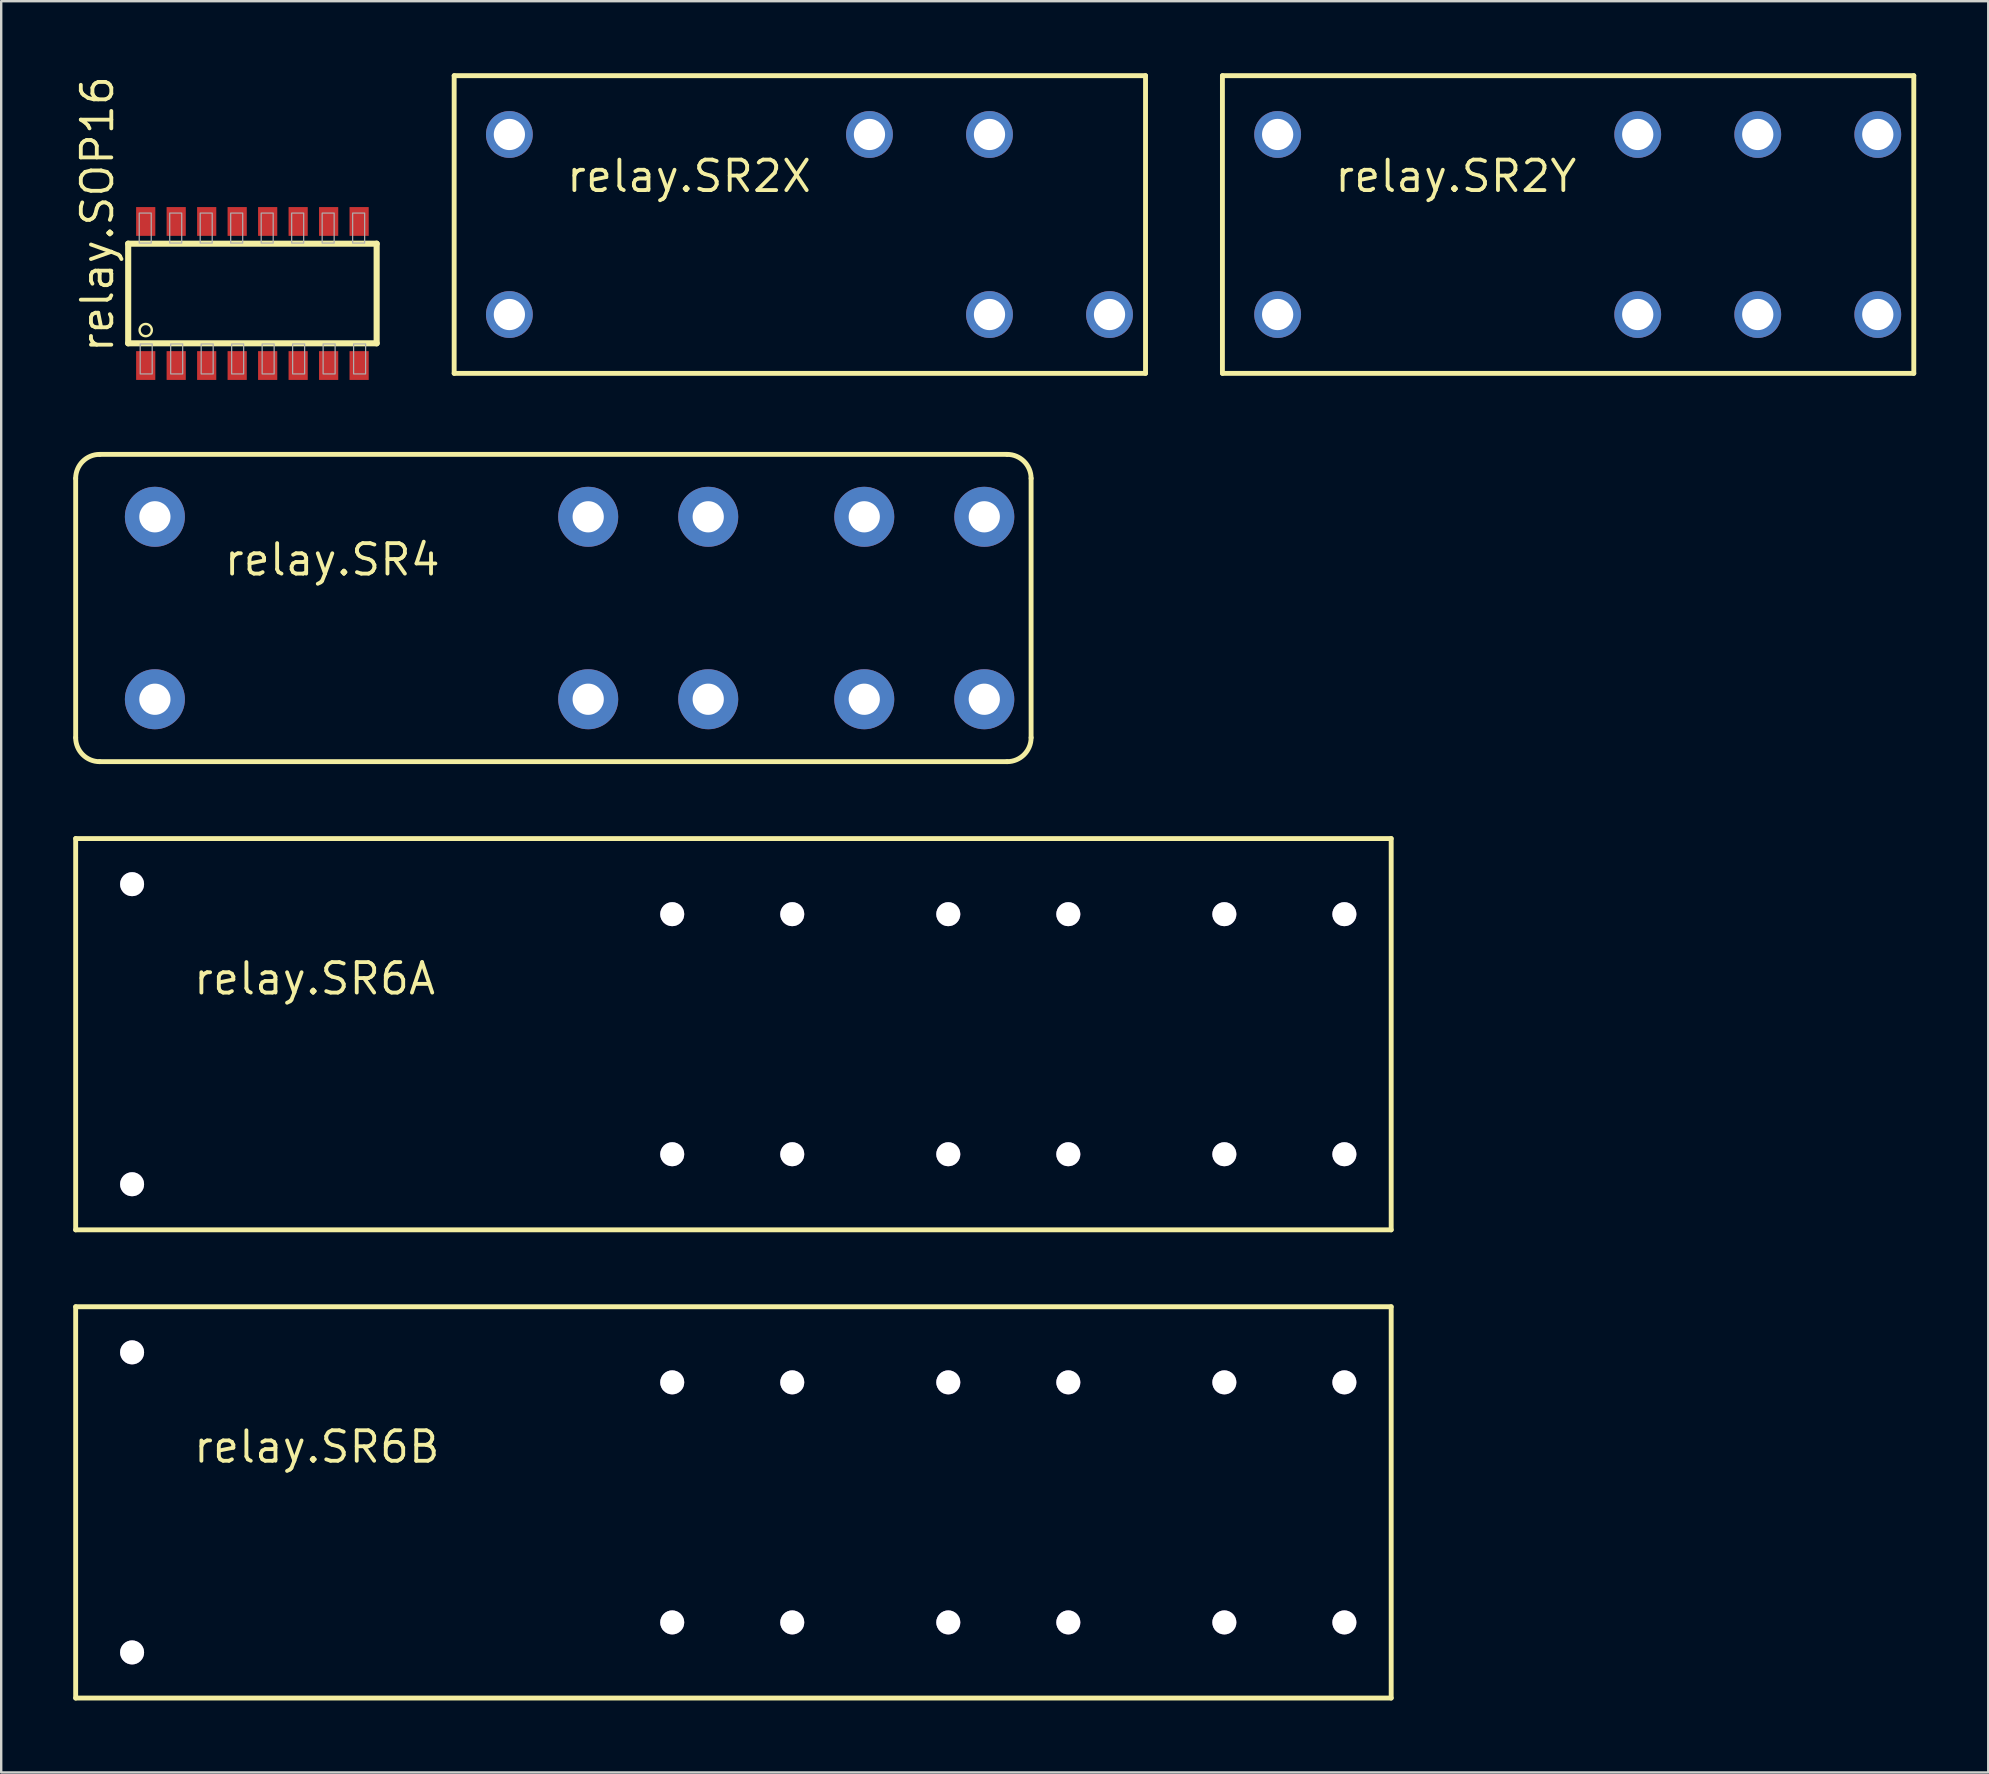
<source format=kicad_pcb>
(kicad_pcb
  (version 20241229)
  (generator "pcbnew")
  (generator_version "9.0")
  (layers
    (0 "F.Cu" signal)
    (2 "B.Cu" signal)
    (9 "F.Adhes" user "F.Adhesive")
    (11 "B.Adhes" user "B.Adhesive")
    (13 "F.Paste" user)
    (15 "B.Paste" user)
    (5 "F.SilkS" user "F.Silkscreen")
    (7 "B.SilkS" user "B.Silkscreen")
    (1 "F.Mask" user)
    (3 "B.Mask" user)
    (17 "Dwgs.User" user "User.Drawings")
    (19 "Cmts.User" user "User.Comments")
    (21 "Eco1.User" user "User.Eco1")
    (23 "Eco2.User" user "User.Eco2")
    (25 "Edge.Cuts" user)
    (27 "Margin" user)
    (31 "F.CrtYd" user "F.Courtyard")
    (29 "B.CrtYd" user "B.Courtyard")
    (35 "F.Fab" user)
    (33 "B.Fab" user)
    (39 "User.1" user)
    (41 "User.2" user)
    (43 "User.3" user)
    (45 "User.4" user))
  (footprint "relay.SR6A"
    (layer "F.Cu")
    (at 25.252 39.731)
    (property "Reference" "relay.SR6A" (at -20.32 -1.27 0) (layer "F.SilkS") (effects (font (size 1.27 1.27) (thickness 0.16)) (justify left bottom)))
    (attr through_hole)
    (fp_line (start -25.15 -7.85) (end 29.65 -7.85) (stroke (width 0.203) (type default)) (layer "F.SilkS"))
    (fp_line (start -25.15 8.45) (end -25.15 -7.85) (stroke (width 0.203) (type default)) (layer "F.SilkS"))
    (fp_line (start 29.65 -7.85) (end 29.65 8.45) (stroke (width 0.203) (type default)) (layer "F.SilkS"))
    (fp_line (start 29.65 8.45) (end -25.15 8.45) (stroke (width 0.203) (type default)) (layer "F.SilkS"))
    (pad "11" thru_hole circle (at -0.3 -4.7) (size 1 1) (drill 1.3) (layers "*.Cu" "*.Mask"))
    (pad "12" thru_hole circle (at 4.7 -4.7) (size 1 1) (drill 1.3) (layers "*.Cu" "*.Mask"))
    (pad "21" thru_hole circle (at -0.3 5.3) (size 1 1) (drill 1.3) (layers "*.Cu" "*.Mask"))
    (pad "22" thru_hole circle (at 4.7 5.3) (size 1 1) (drill 1.3) (layers "*.Cu" "*.Mask"))
    (pad "31" thru_hole circle (at 11.2 -4.7) (size 1 1) (drill 1.3) (layers "*.Cu" "*.Mask"))
    (pad "32" thru_hole circle (at 16.2 -4.7) (size 1 1) (drill 1.3) (layers "*.Cu" "*.Mask"))
    (pad "43" thru_hole circle (at 16.2 5.3) (size 1 1) (drill 1.3) (layers "*.Cu" "*.Mask"))
    (pad "44" thru_hole circle (at 11.2 5.3) (size 1 1) (drill 1.3) (layers "*.Cu" "*.Mask"))
    (pad "53" thru_hole circle (at 27.7 -4.7) (size 1 1) (drill 1.3) (layers "*.Cu" "*.Mask"))
    (pad "54" thru_hole circle (at 22.7 -4.7) (size 1 1) (drill 1.3) (layers "*.Cu" "*.Mask"))
    (pad "63" thru_hole circle (at 27.7 5.3) (size 1 1) (drill 1.3) (layers "*.Cu" "*.Mask"))
    (pad "64" thru_hole circle (at 22.7 5.3) (size 1 1) (drill 1.3) (layers "*.Cu" "*.Mask"))
    (pad "A1" thru_hole circle (at -22.8 -5.95) (size 1 1) (drill 1.3) (layers "*.Cu" "*.Mask"))
    (pad "A2" thru_hole circle (at -22.8 6.55) (size 1 1) (drill 1.3) (layers "*.Cu" "*.Mask")))
  (footprint "relay.SR2X"
    (layer "F.Cu")
    (at 30.629 6.302)
    (property "Reference" "relay.SR2X" (at -10.16 -1.27 0) (layer "F.SilkS") (effects (font (size 1.27 1.27) (thickness 0.16)) (justify left bottom)))
    (attr through_hole)
    (fp_line (start -14.76 -6.2) (end 14.04 -6.2) (stroke (width 0.203) (type default)) (layer "F.SilkS"))
    (fp_line (start -14.76 6.2) (end -14.76 -6.2) (stroke (width 0.203) (type default)) (layer "F.SilkS"))
    (fp_line (start 14.04 -6.2) (end 14.04 6.2) (stroke (width 0.203) (type default)) (layer "F.SilkS"))
    (fp_line (start 14.04 6.2) (end -14.76 6.2) (stroke (width 0.203) (type default)) (layer "F.SilkS"))
    (pad "13" thru_hole circle (at 12.54 3.75) (size 1.95 1.95) (drill 1.3) (layers "*.Cu" "*.Mask"))
    (pad "14" thru_hole circle (at 7.54 3.75) (size 1.95 1.95) (drill 1.3) (layers "*.Cu" "*.Mask"))
    (pad "21" thru_hole circle (at 2.54 -3.75) (size 1.95 1.95) (drill 1.3) (layers "*.Cu" "*.Mask"))
    (pad "22" thru_hole circle (at 7.54 -3.75) (size 1.95 1.95) (drill 1.3) (layers "*.Cu" "*.Mask"))
    (pad "A1" thru_hole circle (at -12.46 3.75) (size 1.95 1.95) (drill 1.3) (layers "*.Cu" "*.Mask"))
    (pad "A2" thru_hole circle (at -12.46 -3.75) (size 1.95 1.95) (drill 1.3) (layers "*.Cu" "*.Mask")))
  (footprint "relay.SR4"
    (layer "F.Cu")
    (at 21.452 22.278)
    (property "Reference" "relay.SR4" (at -15.24 -1.27 0) (layer "F.SilkS") (effects (font (size 1.27 1.27) (thickness 0.16)) (justify left bottom)))
    (attr through_hole)
    (fp_line (start -21.35 -5.4) (end -21.35 5.4) (stroke (width 0.203) (type default)) (layer "F.SilkS"))
    (fp_line (start -20.35 6.4) (end 17.45 6.4) (stroke (width 0.203) (type default)) (layer "F.SilkS"))
    (fp_line (start 17.45 -6.4) (end -20.35 -6.4) (stroke (width 0.203) (type default)) (layer "F.SilkS"))
    (fp_line (start 18.45 5.4) (end 18.45 -5.4) (stroke (width 0.203) (type default)) (layer "F.SilkS"))
    (fp_arc (start -21.35 -5.4) (mid -21.057107 -6.107107) (end -20.35 -6.4) (stroke (width 0.2032) (type default)) (layer "F.SilkS"))
    (fp_arc (start -20.35 6.4) (mid -21.057107 6.107107) (end -21.35 5.4) (stroke (width 0.2032) (type default)) (layer "F.SilkS"))
    (fp_arc (start 17.45 -6.4) (mid 18.157107 -6.107107) (end 18.45 -5.4) (stroke (width 0.2032) (type default)) (layer "F.SilkS"))
    (fp_arc (start 18.45 5.4) (mid 18.157107 6.107107) (end 17.45 6.4) (stroke (width 0.2032) (type default)) (layer "F.SilkS"))
    (pad "11" thru_hole circle (at 0 -3.8) (size 2.5 2.5) (drill 1.3) (layers "*.Cu" "*.Mask"))
    (pad "12" thru_hole circle (at 5 -3.8) (size 2.5 2.5) (drill 1.3) (layers "*.Cu" "*.Mask"))
    (pad "21" thru_hole circle (at 0 3.8) (size 2.5 2.5) (drill 1.3) (layers "*.Cu" "*.Mask"))
    (pad "22" thru_hole circle (at 5 3.8) (size 2.5 2.5) (drill 1.3) (layers "*.Cu" "*.Mask"))
    (pad "33" thru_hole circle (at 16.5 -3.8) (size 2.5 2.5) (drill 1.3) (layers "*.Cu" "*.Mask"))
    (pad "34" thru_hole circle (at 11.5 -3.8) (size 2.5 2.5) (drill 1.3) (layers "*.Cu" "*.Mask"))
    (pad "43" thru_hole circle (at 16.5 3.8) (size 2.5 2.5) (drill 1.3) (layers "*.Cu" "*.Mask"))
    (pad "44" thru_hole circle (at 11.5 3.8) (size 2.5 2.5) (drill 1.3) (layers "*.Cu" "*.Mask"))
    (pad "A1" thru_hole circle (at -18.05 3.8) (size 2.5 2.5) (drill 1.3) (layers "*.Cu" "*.Mask"))
    (pad "A2" thru_hole circle (at -18.05 -3.8) (size 2.5 2.5) (drill 1.3) (layers "*.Cu" "*.Mask")))
  (footprint "relay.SR6B"
    (layer "F.Cu")
    (at 25.252 59.234)
    (property "Reference" "relay.SR6B" (at -20.32 -1.27 0) (layer "F.SilkS") (effects (font (size 1.27 1.27) (thickness 0.16)) (justify left bottom)))
    (attr through_hole)
    (fp_line (start -25.15 -7.85) (end 29.65 -7.85) (stroke (width 0.203) (type default)) (layer "F.SilkS"))
    (fp_line (start -25.15 8.45) (end -25.15 -7.85) (stroke (width 0.203) (type default)) (layer "F.SilkS"))
    (fp_line (start 29.65 -7.85) (end 29.65 8.45) (stroke (width 0.203) (type default)) (layer "F.SilkS"))
    (fp_line (start 29.65 8.45) (end -25.15 8.45) (stroke (width 0.203) (type default)) (layer "F.SilkS"))
    (pad "11" thru_hole circle (at -0.3 -4.7) (size 1 1) (drill 1.3) (layers "*.Cu" "*.Mask"))
    (pad "12" thru_hole circle (at 4.7 -4.7) (size 1 1) (drill 1.3) (layers "*.Cu" "*.Mask"))
    (pad "21" thru_hole circle (at -0.3 5.3) (size 1 1) (drill 1.3) (layers "*.Cu" "*.Mask"))
    (pad "22" thru_hole circle (at 4.7 5.3) (size 1 1) (drill 1.3) (layers "*.Cu" "*.Mask"))
    (pad "33" thru_hole circle (at 16.2 -4.7) (size 1 1) (drill 1.3) (layers "*.Cu" "*.Mask"))
    (pad "34" thru_hole circle (at 11.2 -4.7) (size 1 1) (drill 1.3) (layers "*.Cu" "*.Mask"))
    (pad "43" thru_hole circle (at 16.2 5.3) (size 1 1) (drill 1.3) (layers "*.Cu" "*.Mask"))
    (pad "44" thru_hole circle (at 11.2 5.3) (size 1 1) (drill 1.3) (layers "*.Cu" "*.Mask"))
    (pad "53" thru_hole circle (at 27.7 -4.7) (size 1 1) (drill 1.3) (layers "*.Cu" "*.Mask"))
    (pad "54" thru_hole circle (at 22.7 -4.7) (size 1 1) (drill 1.3) (layers "*.Cu" "*.Mask"))
    (pad "63" thru_hole circle (at 27.7 5.3) (size 1 1) (drill 1.3) (layers "*.Cu" "*.Mask"))
    (pad "64" thru_hole circle (at 22.7 5.3) (size 1 1) (drill 1.3) (layers "*.Cu" "*.Mask"))
    (pad "A1" thru_hole circle (at -22.8 -5.95) (size 1 1) (drill 1.3) (layers "*.Cu" "*.Mask"))
    (pad "A2" thru_hole circle (at -22.8 6.55) (size 1 1) (drill 1.3) (layers "*.Cu" "*.Mask")))
  (footprint "relay.SOP16"
    (layer "F.Cu")
    (at 7.465 9.176)
    (property "Reference" "relay.SOP16" (at -5.715 2.54 90) (layer "F.SilkS") (effects (font (size 1.27 1.27) (thickness 0.16)) (justify left bottom)))
    (attr smd)
    (fp_line (start -5.175 -2.075) (end 5.175 -2.075) (stroke (width 0.254) (type default)) (layer "F.SilkS"))
    (fp_line (start -5.175 2.075) (end -5.175 -2.075) (stroke (width 0.254) (type default)) (layer "F.SilkS"))
    (fp_line (start 5.175 -2.075) (end 5.175 2.075) (stroke (width 0.254) (type default)) (layer "F.SilkS"))
    (fp_line (start 5.175 2.075) (end -5.175 2.075) (stroke (width 0.254) (type default)) (layer "F.SilkS"))
    (fp_circle (center -4.445 1.524) (end -4.191 1.524) (stroke (width 0.1) (type default)) (fill no) (layer "F.SilkS"))
    (fp_rect (start -4.715 -2.1) (end -4.215 -3.35) (stroke (width 0.05) (type default)) (fill no) (layer "F.Fab"))
    (fp_rect (start -4.675 3.35) (end -4.175 2.1) (stroke (width 0.05) (type default)) (fill no) (layer "F.Fab"))
    (fp_rect (start -3.445 -2.1) (end -2.945 -3.35) (stroke (width 0.05) (type default)) (fill no) (layer "F.Fab"))
    (fp_rect (start -3.405 3.35) (end -2.905 2.1) (stroke (width 0.05) (type default)) (fill no) (layer "F.Fab"))
    (fp_rect (start -2.175 -2.1) (end -1.675 -3.35) (stroke (width 0.05) (type default)) (fill no) (layer "F.Fab"))
    (fp_rect (start -2.135 3.35) (end -1.635 2.1) (stroke (width 0.05) (type default)) (fill no) (layer "F.Fab"))
    (fp_rect (start -0.905 -2.1) (end -0.405 -3.35) (stroke (width 0.05) (type default)) (fill no) (layer "F.Fab"))
    (fp_rect (start -0.865 3.35) (end -0.365 2.1) (stroke (width 0.05) (type default)) (fill no) (layer "F.Fab"))
    (fp_rect (start 0.365 -2.1) (end 0.865 -3.35) (stroke (width 0.05) (type default)) (fill no) (layer "F.Fab"))
    (fp_rect (start 0.405 3.35) (end 0.905 2.1) (stroke (width 0.05) (type default)) (fill no) (layer "F.Fab"))
    (fp_rect (start 1.635 -2.1) (end 2.135 -3.35) (stroke (width 0.05) (type default)) (fill no) (layer "F.Fab"))
    (fp_rect (start 1.675 3.35) (end 2.175 2.1) (stroke (width 0.05) (type default)) (fill no) (layer "F.Fab"))
    (fp_rect (start 2.905 -2.1) (end 3.405 -3.35) (stroke (width 0.05) (type default)) (fill no) (layer "F.Fab"))
    (fp_rect (start 2.945 3.35) (end 3.445 2.1) (stroke (width 0.05) (type default)) (fill no) (layer "F.Fab"))
    (fp_rect (start 4.175 -2.1) (end 4.675 -3.35) (stroke (width 0.05) (type default)) (fill no) (layer "F.Fab"))
    (fp_rect (start 4.215 3.35) (end 4.715 2.1) (stroke (width 0.05) (type default)) (fill no) (layer "F.Fab"))
    (pad "1" smd roundrect (at -4.445 3) (size 0.8 1.2) (layers "F.Cu" "F.Mask" "F.Paste") (roundrect_rratio 0.01))
    (pad "2" smd roundrect (at -3.175 3) (size 0.8 1.2) (layers "F.Cu" "F.Mask" "F.Paste") (roundrect_rratio 0.01))
    (pad "3" smd roundrect (at -1.905 3) (size 0.8 1.2) (layers "F.Cu" "F.Mask" "F.Paste") (roundrect_rratio 0.01))
    (pad "4" smd roundrect (at -0.635 3) (size 0.8 1.2) (layers "F.Cu" "F.Mask" "F.Paste") (roundrect_rratio 0.01))
    (pad "5" smd roundrect (at 0.635 3) (size 0.8 1.2) (layers "F.Cu" "F.Mask" "F.Paste") (roundrect_rratio 0.01))
    (pad "6" smd roundrect (at 1.905 3) (size 0.8 1.2) (layers "F.Cu" "F.Mask" "F.Paste") (roundrect_rratio 0.01))
    (pad "7" smd roundrect (at 3.175 3) (size 0.8 1.2) (layers "F.Cu" "F.Mask" "F.Paste") (roundrect_rratio 0.01))
    (pad "8" smd roundrect (at 4.445 3) (size 0.8 1.2) (layers "F.Cu" "F.Mask" "F.Paste") (roundrect_rratio 0.01))
    (pad "9" smd roundrect (at 4.445 -3) (size 0.8 1.2) (layers "F.Cu" "F.Mask" "F.Paste") (roundrect_rratio 0.01))
    (pad "10" smd roundrect (at 3.175 -3) (size 0.8 1.2) (layers "F.Cu" "F.Mask" "F.Paste") (roundrect_rratio 0.01))
    (pad "11" smd roundrect (at 1.905 -3) (size 0.8 1.2) (layers "F.Cu" "F.Mask" "F.Paste") (roundrect_rratio 0.01))
    (pad "12" smd roundrect (at 0.635 -3) (size 0.8 1.2) (layers "F.Cu" "F.Mask" "F.Paste") (roundrect_rratio 0.01))
    (pad "13" smd roundrect (at -0.635 -3) (size 0.8 1.2) (layers "F.Cu" "F.Mask" "F.Paste") (roundrect_rratio 0.01))
    (pad "14" smd roundrect (at -1.905 -3) (size 0.8 1.2) (layers "F.Cu" "F.Mask" "F.Paste") (roundrect_rratio 0.01))
    (pad "15" smd roundrect (at -3.175 -3) (size 0.8 1.2) (layers "F.Cu" "F.Mask" "F.Paste") (roundrect_rratio 0.01))
    (pad "16" smd roundrect (at -4.445 -3) (size 0.8 1.2) (layers "F.Cu" "F.Mask" "F.Paste") (roundrect_rratio 0.01)))
  (footprint "relay.SR2Y"
    (layer "F.Cu")
    (at 62.632 6.302)
    (property "Reference" "relay.SR2Y" (at -10.16 -1.27 0) (layer "F.SilkS") (effects (font (size 1.27 1.27) (thickness 0.16)) (justify left bottom)))
    (attr through_hole)
    (fp_line (start -14.76 -6.2) (end 14.04 -6.2) (stroke (width 0.203) (type default)) (layer "F.SilkS"))
    (fp_line (start -14.76 6.2) (end -14.76 -6.2) (stroke (width 0.203) (type default)) (layer "F.SilkS"))
    (fp_line (start 14.04 -6.2) (end 14.04 6.2) (stroke (width 0.203) (type default)) (layer "F.SilkS"))
    (fp_line (start 14.04 6.2) (end -14.76 6.2) (stroke (width 0.203) (type default)) (layer "F.SilkS"))
    (pad "11" thru_hole circle (at 7.54 3.75) (size 1.95 1.95) (drill 1.3) (layers "*.Cu" "*.Mask"))
    (pad "12" thru_hole circle (at 2.54 3.75) (size 1.95 1.95) (drill 1.3) (layers "*.Cu" "*.Mask"))
    (pad "14" thru_hole circle (at 12.54 3.75) (size 1.95 1.95) (drill 1.3) (layers "*.Cu" "*.Mask"))
    (pad "21" thru_hole circle (at 7.54 -3.75) (size 1.95 1.95) (drill 1.3) (layers "*.Cu" "*.Mask"))
    (pad "22" thru_hole circle (at 2.54 -3.75) (size 1.95 1.95) (drill 1.3) (layers "*.Cu" "*.Mask"))
    (pad "24" thru_hole circle (at 12.54 -3.75) (size 1.95 1.95) (drill 1.3) (layers "*.Cu" "*.Mask"))
    (pad "A1" thru_hole circle (at -12.46 3.75) (size 1.95 1.95) (drill 1.3) (layers "*.Cu" "*.Mask"))
    (pad "A2" thru_hole circle (at -12.46 -3.75) (size 1.95 1.95) (drill 1.3) (layers "*.Cu" "*.Mask")))
  (gr_rect
    (start -3 -3)
    (end 79.773 70.786)
    (stroke (width 0.1) (type default))
    (fill no)
    (layer "Edge.Cuts")))
</source>
